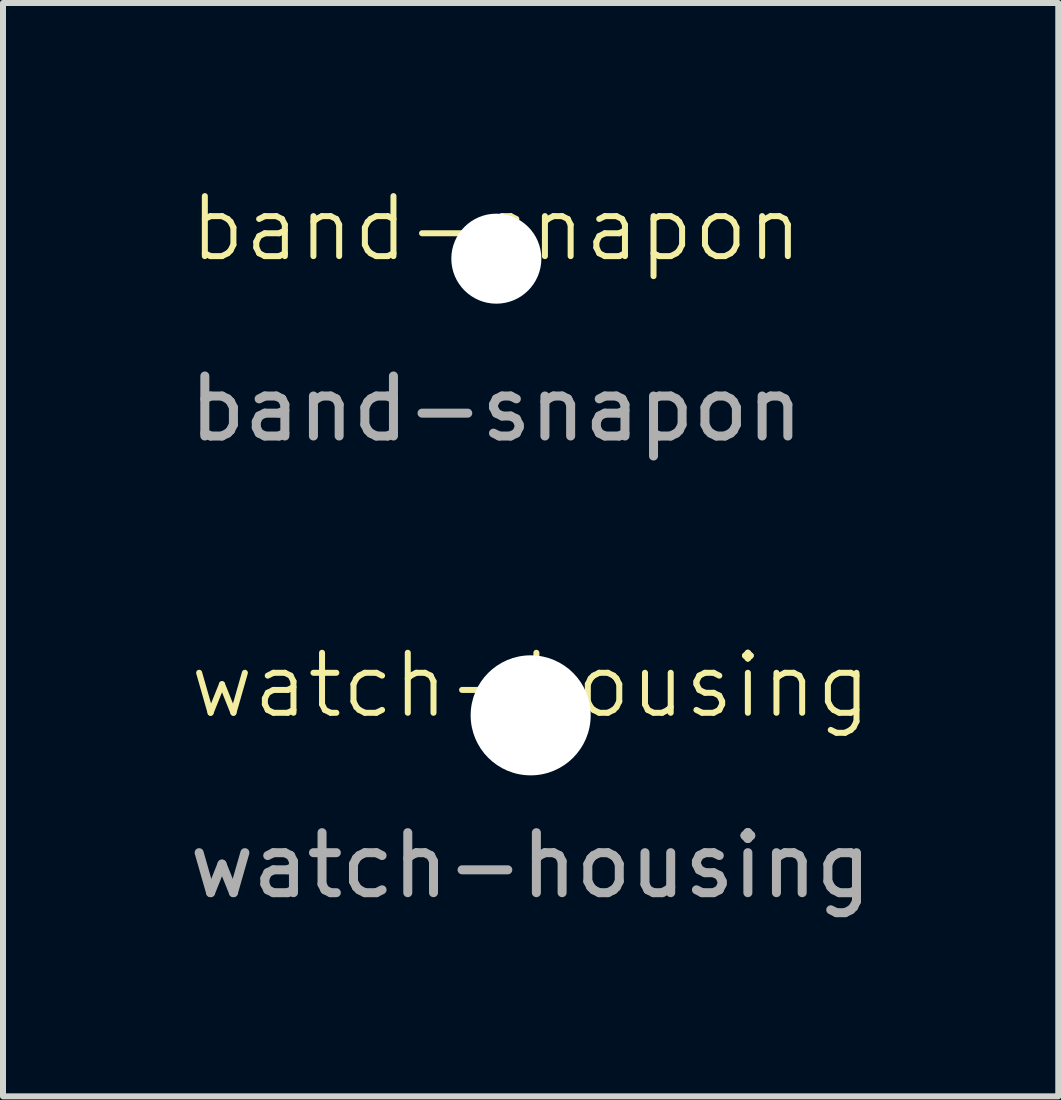
<source format=kicad_pcb>
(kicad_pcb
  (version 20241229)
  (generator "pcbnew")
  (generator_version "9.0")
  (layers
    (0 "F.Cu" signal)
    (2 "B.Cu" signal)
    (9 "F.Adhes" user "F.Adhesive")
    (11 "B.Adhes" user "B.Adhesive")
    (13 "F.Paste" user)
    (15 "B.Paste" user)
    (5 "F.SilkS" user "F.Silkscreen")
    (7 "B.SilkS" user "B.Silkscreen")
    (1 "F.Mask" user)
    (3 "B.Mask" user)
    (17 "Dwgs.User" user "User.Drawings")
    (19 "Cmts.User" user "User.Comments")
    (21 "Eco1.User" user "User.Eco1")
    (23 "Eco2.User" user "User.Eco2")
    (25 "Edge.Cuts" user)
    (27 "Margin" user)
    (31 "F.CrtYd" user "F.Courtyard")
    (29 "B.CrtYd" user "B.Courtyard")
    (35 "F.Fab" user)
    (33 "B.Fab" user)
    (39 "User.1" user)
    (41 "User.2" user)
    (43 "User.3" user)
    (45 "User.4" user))
  (footprint "watch-housing"
    (layer "F.Cu")
    (at 5.792 8.869)
    (property "Reference" "watch-housing" (at 0 -0.5 0) (unlocked yes) (layer "F.SilkS") (effects (font (size 1 1) (thickness 0.1))))
    (attr through_hole)
    (fp_text user "${REFERENCE}" (at 0 2.5 0) (unlocked yes) (layer "F.Fab") (effects (font (size 1 1) (thickness 0.15))))
    (pad "" np_thru_hole circle (at 0 0) (size 2 2) (drill 2) (layers "*.Cu" "*.Mask")))
  (footprint "band-snapon"
    (layer "F.Cu")
    (at 5.22 1.26)
    (property "Reference" "band-snapon" (at 0 -0.5 0) (unlocked yes) (layer "F.SilkS") (effects (font (size 1 1) (thickness 0.1))))
    (attr through_hole)
    (fp_text user "${REFERENCE}" (at 0 2.5 0) (unlocked yes) (layer "F.Fab") (effects (font (size 1 1) (thickness 0.15))))
    (pad "" np_thru_hole circle (at 0 0) (size 1.5 1.5) (drill 1.5) (layers "*.Cu" "*.Mask")))
  (gr_rect
    (start -3 -3)
    (end 14.583 15.217)
    (stroke (width 0.1) (type default))
    (fill no)
    (layer "Edge.Cuts")))
</source>
